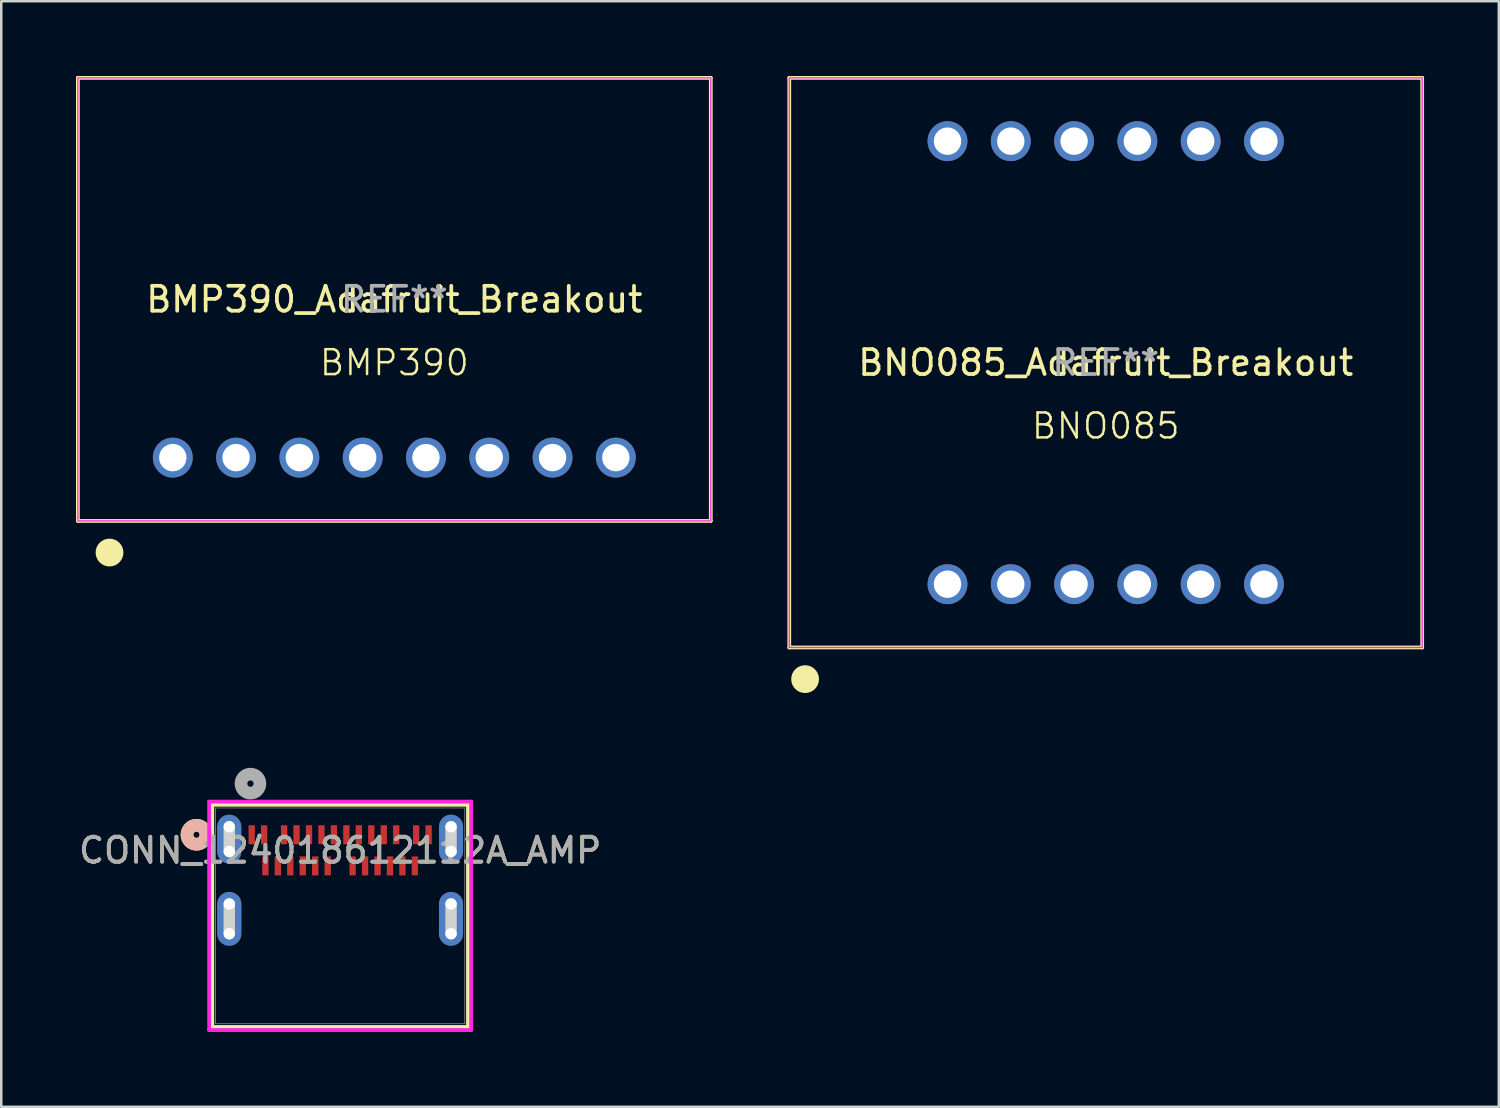
<source format=kicad_pcb>
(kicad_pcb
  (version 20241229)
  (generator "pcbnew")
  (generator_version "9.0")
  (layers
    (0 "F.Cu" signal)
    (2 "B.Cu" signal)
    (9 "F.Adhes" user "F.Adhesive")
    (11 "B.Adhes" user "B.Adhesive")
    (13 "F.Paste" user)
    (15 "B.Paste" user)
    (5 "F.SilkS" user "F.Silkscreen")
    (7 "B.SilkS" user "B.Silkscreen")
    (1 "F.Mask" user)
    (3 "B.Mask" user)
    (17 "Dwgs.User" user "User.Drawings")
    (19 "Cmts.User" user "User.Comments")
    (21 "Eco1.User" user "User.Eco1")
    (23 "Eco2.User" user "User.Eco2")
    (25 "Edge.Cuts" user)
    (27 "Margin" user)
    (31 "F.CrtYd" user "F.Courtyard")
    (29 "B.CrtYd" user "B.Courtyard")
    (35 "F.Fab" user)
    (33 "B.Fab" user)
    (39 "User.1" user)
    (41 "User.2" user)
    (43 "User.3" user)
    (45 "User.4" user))
  (footprint "CONN_124018612112A_AMP"
    (layer "F.Cu")
    (at 7.551 30.45)
    (property "Reference" "CONN_124018612112A_AMP" (at 3.05 0.625 0) (unlocked yes) (layer "F.SilkS") (effects (font (size 1 1) (thickness 0.15))))
    (attr smd)
    (fp_line (start -2.081 -1.202) (end -2.081 7.713) (stroke (width 0.152) (type solid)) (layer "F.SilkS"))
    (fp_line (start -2.081 7.713) (end 8.181 7.713) (stroke (width 0.152) (type solid)) (layer "F.SilkS"))
    (fp_line (start 8.181 -1.202) (end -2.081 -1.202) (stroke (width 0.152) (type solid)) (layer "F.SilkS"))
    (fp_line (start 8.181 7.713) (end 8.181 -1.202) (stroke (width 0.152) (type solid)) (layer "F.SilkS"))
    (fp_circle (center -2.716 0) (end -2.335 0) (stroke (width 0.508) (type solid)) (fill no) (layer "F.SilkS"))
    (fp_circle (center -2.716 0) (end -2.335 0) (stroke (width 0.508) (type solid)) (fill no) (layer "B.SilkS"))
    (fp_line (start -1.4 0.67) (end -1.4 -0.32) (stroke (width 0.457) (type solid)) (layer "Edge.Cuts"))
    (fp_line (start -1.4 3.972) (end -1.4 2.778) (stroke (width 0.457) (type solid)) (layer "Edge.Cuts"))
    (fp_line (start 7.5 0.67) (end 7.5 -0.32) (stroke (width 0.457) (type solid)) (layer "Edge.Cuts"))
    (fp_line (start 7.5 3.972) (end 7.5 2.778) (stroke (width 0.457) (type solid)) (layer "Edge.Cuts"))
    (fp_line (start -2.208 -1.329) (end -2.208 7.84) (stroke (width 0.152) (type solid)) (layer "F.CrtYd"))
    (fp_line (start -2.208 7.84) (end 8.308 7.84) (stroke (width 0.152) (type solid)) (layer "F.CrtYd"))
    (fp_line (start 8.308 -1.329) (end -2.208 -1.329) (stroke (width 0.152) (type solid)) (layer "F.CrtYd"))
    (fp_line (start 8.308 7.84) (end 8.308 -1.329) (stroke (width 0.152) (type solid)) (layer "F.CrtYd"))
    (fp_line (start -1.954 -1.075) (end -1.954 7.586) (stroke (width 0.025) (type solid)) (layer "F.Fab"))
    (fp_line (start -1.954 7.586) (end 8.054 7.586) (stroke (width 0.025) (type solid)) (layer "F.Fab"))
    (fp_line (start 8.054 -1.075) (end -1.954 -1.075) (stroke (width 0.025) (type solid)) (layer "F.Fab"))
    (fp_line (start 8.054 7.586) (end 8.054 -1.075) (stroke (width 0.025) (type solid)) (layer "F.Fab"))
    (fp_circle (center -0.55 -2.052) (end -0.169 -2.052) (stroke (width 0.508) (type solid)) (fill no) (layer "F.Fab"))
    (fp_text user "${REFERENCE}" (at 3.05 0.625 0) (unlocked yes) (layer "F.Fab") (effects (font (size 1 1) (thickness 0.15))))
    (pad "" np_thru_hole circle (at -1.4 -0.32) (size 0.457 0.457) (drill 0.457) (layers "*.Cu" "*.Mask"))
    (pad "" np_thru_hole circle (at -1.4 0.67) (size 0.457 0.457) (drill 0.457) (layers "*.Cu" "*.Mask"))
    (pad "" np_thru_hole circle (at -1.4 2.778) (size 0.457 0.457) (drill 0.457) (layers "*.Cu" "*.Mask"))
    (pad "" np_thru_hole circle (at -1.4 3.972) (size 0.457 0.457) (drill 0.457) (layers "*.Cu" "*.Mask"))
    (pad "" np_thru_hole circle (at 7.5 -0.32) (size 0.457 0.457) (drill 0.457) (layers "*.Cu" "*.Mask"))
    (pad "" np_thru_hole circle (at 7.5 0.67) (size 0.457 0.457) (drill 0.457) (layers "*.Cu" "*.Mask"))
    (pad "" np_thru_hole circle (at 7.5 2.778) (size 0.457 0.457) (drill 0.457) (layers "*.Cu" "*.Mask"))
    (pad "" np_thru_hole circle (at 7.5 3.972) (size 0.457 0.457) (drill 0.457) (layers "*.Cu" "*.Mask"))
    (pad "25" smd rect (at -0.5 0) (size 0.254 0.762) (layers "F.Cu" "F.Mask" "F.Paste"))
    (pad "26" smd rect (at 6.6 0) (size 0.254 0.762) (layers "F.Cu" "F.Mask" "F.Paste"))
    (pad "27" thru_hole oval (at -1.4 0.175 90) (size 1.956 0.965) (drill 0.025) (layers "*.Cu" "*.Mask"))
    (pad "28" thru_hole oval (at 7.5 0.175 90) (size 1.956 0.965) (drill 0.025) (layers "*.Cu" "*.Mask"))
    (pad "29" thru_hole oval (at -1.4 3.375 90) (size 2.159 0.965) (drill 0.025) (layers "*.Cu" "*.Mask"))
    (pad "30" thru_hole oval (at 7.5 3.375 90) (size 2.159 0.965) (drill 0.025) (layers "*.Cu" "*.Mask"))
    (pad "A1" smd rect (at 0 0) (size 0.254 0.762) (layers "F.Cu" "F.Mask" "F.Paste"))
    (pad "A2" smd rect (at 0.8 0) (size 0.254 0.762) (layers "F.Cu" "F.Mask" "F.Paste"))
    (pad "A3" smd rect (at 1.3 0) (size 0.254 0.762) (layers "F.Cu" "F.Mask" "F.Paste"))
    (pad "A4" smd rect (at 1.8 0) (size 0.254 0.762) (layers "F.Cu" "F.Mask" "F.Paste"))
    (pad "A5" smd rect (at 2.3 0) (size 0.254 0.762) (layers "F.Cu" "F.Mask" "F.Paste"))
    (pad "A6" smd rect (at 2.8 0) (size 0.254 0.762) (layers "F.Cu" "F.Mask" "F.Paste"))
    (pad "A7" smd rect (at 3.3 0) (size 0.254 0.762) (layers "F.Cu" "F.Mask" "F.Paste"))
    (pad "A8" smd rect (at 3.8 0) (size 0.254 0.762) (layers "F.Cu" "F.Mask" "F.Paste"))
    (pad "A9" smd rect (at 4.3 0) (size 0.254 0.762) (layers "F.Cu" "F.Mask" "F.Paste"))
    (pad "A10" smd rect (at 4.8 0) (size 0.254 0.762) (layers "F.Cu" "F.Mask" "F.Paste"))
    (pad "A11" smd rect (at 5.3 0) (size 0.254 0.762) (layers "F.Cu" "F.Mask" "F.Paste"))
    (pad "A12" smd rect (at 6.1 0) (size 0.254 0.762) (layers "F.Cu" "F.Mask" "F.Paste"))
    (pad "B1" smd rect (at 6.05 1.25) (size 0.254 0.762) (layers "F.Cu" "F.Mask" "F.Paste"))
    (pad "B2" smd rect (at 5.55 1.25) (size 0.254 0.762) (layers "F.Cu" "F.Mask" "F.Paste"))
    (pad "B3" smd rect (at 5.05 1.25) (size 0.254 0.762) (layers "F.Cu" "F.Mask" "F.Paste"))
    (pad "B4" smd rect (at 4.55 1.25) (size 0.254 0.762) (layers "F.Cu" "F.Mask" "F.Paste"))
    (pad "B5" smd rect (at 4.05 1.25) (size 0.254 0.762) (layers "F.Cu" "F.Mask" "F.Paste"))
    (pad "B6" smd rect (at 3.55 1.25) (size 0.254 0.762) (layers "F.Cu" "F.Mask" "F.Paste"))
    (pad "B7" smd rect (at 2.55 1.25) (size 0.254 0.762) (layers "F.Cu" "F.Mask" "F.Paste"))
    (pad "B8" smd rect (at 2.05 1.25) (size 0.254 0.762) (layers "F.Cu" "F.Mask" "F.Paste"))
    (pad "B9" smd rect (at 1.55 1.25) (size 0.254 0.762) (layers "F.Cu" "F.Mask" "F.Paste"))
    (pad "B10" smd rect (at 1.05 1.25) (size 0.254 0.762) (layers "F.Cu" "F.Mask" "F.Paste"))
    (pad "B11" smd rect (at 0.55 1.25) (size 0.254 0.762) (layers "F.Cu" "F.Mask" "F.Paste"))
    (pad "B12" smd rect (at 0.05 1.25) (size 0.254 0.762) (layers "F.Cu" "F.Mask" "F.Paste")))
  (footprint "BMP390_Adafruit_Breakout"
    (layer "F.Cu")
    (at 12.775 8.965)
    (property "Reference" "BMP390_Adafruit_Breakout" (at 0 0 0) (layer "F.SilkS") (effects (font (size 1 1) (thickness 0.15))))
    (attr through_hole)
    (fp_line (start -12.7 -8.89) (end 12.7 -8.89) (stroke (width 0.15) (type solid)) (layer "F.SilkS"))
    (fp_line (start -12.7 8.89) (end -12.7 -8.89) (stroke (width 0.15) (type solid)) (layer "F.SilkS"))
    (fp_line (start 12.7 -8.89) (end 12.7 8.89) (stroke (width 0.15) (type solid)) (layer "F.SilkS"))
    (fp_line (start 12.7 8.89) (end -12.7 8.89) (stroke (width 0.15) (type solid)) (layer "F.SilkS"))
    (fp_circle (center -11.43 10.16) (end -10.922 10.16) (stroke (width 0.1) (type solid)) (fill yes) (layer "F.SilkS"))
    (fp_rect (start -12.7 -8.89) (end 12.7 8.89) (stroke (width 0.05) (type default)) (fill no) (layer "F.CrtYd"))
    (fp_text user "BMP390" (at 0 2.54 0) (layer "F.SilkS") (effects (font (size 1 1) (thickness 0.1))))
    (fp_text user "REF**" (at 0 0 0) (layer "F.Fab") (effects (font (size 1 1) (thickness 0.15))))
    (pad "1" thru_hole circle (at -8.89 6.35) (size 1.6 1.6) (drill 1.1) (layers "*.Cu" "*.Mask"))
    (pad "2" thru_hole circle (at -6.35 6.35) (size 1.6 1.6) (drill 1.1) (layers "*.Cu" "*.Mask"))
    (pad "3" thru_hole circle (at -3.81 6.35) (size 1.6 1.6) (drill 1.1) (layers "*.Cu" "*.Mask"))
    (pad "4" thru_hole circle (at -1.27 6.35) (size 1.6 1.6) (drill 1.1) (layers "*.Cu" "*.Mask"))
    (pad "5" thru_hole circle (at 1.27 6.35) (size 1.6 1.6) (drill 1.1) (layers "*.Cu" "*.Mask"))
    (pad "6" thru_hole circle (at 3.81 6.35) (size 1.6 1.6) (drill 1.1) (layers "*.Cu" "*.Mask"))
    (pad "7" thru_hole circle (at 6.35 6.35) (size 1.6 1.6) (drill 1.1) (layers "*.Cu" "*.Mask"))
    (pad "8" thru_hole circle (at 8.89 6.35) (size 1.6 1.6) (drill 1.1) (layers "*.Cu" "*.Mask")))
  (footprint "BNO085_Adafruit_Breakout"
    (layer "F.Cu")
    (at 41.325 11.505)
    (property "Reference" "BNO085_Adafruit_Breakout" (at 0 0 0) (layer "F.SilkS") (effects (font (size 1 1) (thickness 0.15))))
    (attr through_hole)
    (fp_line (start -12.7 -11.43) (end 12.7 -11.43) (stroke (width 0.15) (type solid)) (layer "F.SilkS"))
    (fp_line (start -12.7 11.43) (end -12.7 -11.43) (stroke (width 0.15) (type solid)) (layer "F.SilkS"))
    (fp_line (start 12.7 -11.43) (end 12.7 11.43) (stroke (width 0.15) (type solid)) (layer "F.SilkS"))
    (fp_line (start 12.7 11.43) (end -12.7 11.43) (stroke (width 0.15) (type solid)) (layer "F.SilkS"))
    (fp_circle (center -12.065 12.7) (end -11.557 12.7) (stroke (width 0.1) (type solid)) (fill yes) (layer "F.SilkS"))
    (fp_rect (start -12.7 -11.43) (end 12.7 11.43) (stroke (width 0.05) (type default)) (fill no) (layer "F.CrtYd"))
    (fp_text user "BNO085" (at 0 2.54 0) (layer "F.SilkS") (effects (font (size 1 1) (thickness 0.1))))
    (fp_text user "REF**" (at 0 0 0) (layer "F.Fab") (effects (font (size 1 1) (thickness 0.15))))
    (pad "1" thru_hole circle (at -6.35 8.89) (size 1.6 1.6) (drill 1.1) (layers "*.Cu" "*.Mask"))
    (pad "2" thru_hole circle (at -3.81 8.89) (size 1.6 1.6) (drill 1.1) (layers "*.Cu" "*.Mask"))
    (pad "3" thru_hole circle (at -1.27 8.89) (size 1.6 1.6) (drill 1.1) (layers "*.Cu" "*.Mask"))
    (pad "4" thru_hole circle (at 1.27 8.89) (size 1.6 1.6) (drill 1.1) (layers "*.Cu" "*.Mask"))
    (pad "5" thru_hole circle (at 3.81 8.89) (size 1.6 1.6) (drill 1.1) (layers "*.Cu" "*.Mask"))
    (pad "6" thru_hole circle (at 6.35 8.89) (size 1.6 1.6) (drill 1.1) (layers "*.Cu" "*.Mask"))
    (pad "7" thru_hole circle (at 6.35 -8.89) (size 1.6 1.6) (drill 1.1) (layers "*.Cu" "*.Mask"))
    (pad "8" thru_hole circle (at 3.81 -8.89) (size 1.6 1.6) (drill 1.1) (layers "*.Cu" "*.Mask"))
    (pad "9" thru_hole circle (at 1.27 -8.89) (size 1.6 1.6) (drill 1.1) (layers "*.Cu" "*.Mask"))
    (pad "10" thru_hole circle (at -1.27 -8.89) (size 1.6 1.6) (drill 1.1) (layers "*.Cu" "*.Mask"))
    (pad "11" thru_hole circle (at -3.81 -8.89) (size 1.6 1.6) (drill 1.1) (layers "*.Cu" "*.Mask"))
    (pad "12" thru_hole circle (at -6.35 -8.89) (size 1.6 1.6) (drill 1.1) (layers "*.Cu" "*.Mask")))
  (gr_rect
    (start -3 -3)
    (end 57.1 41.367)
    (stroke (width 0.1) (type default))
    (fill no)
    (layer "Edge.Cuts")))
</source>
